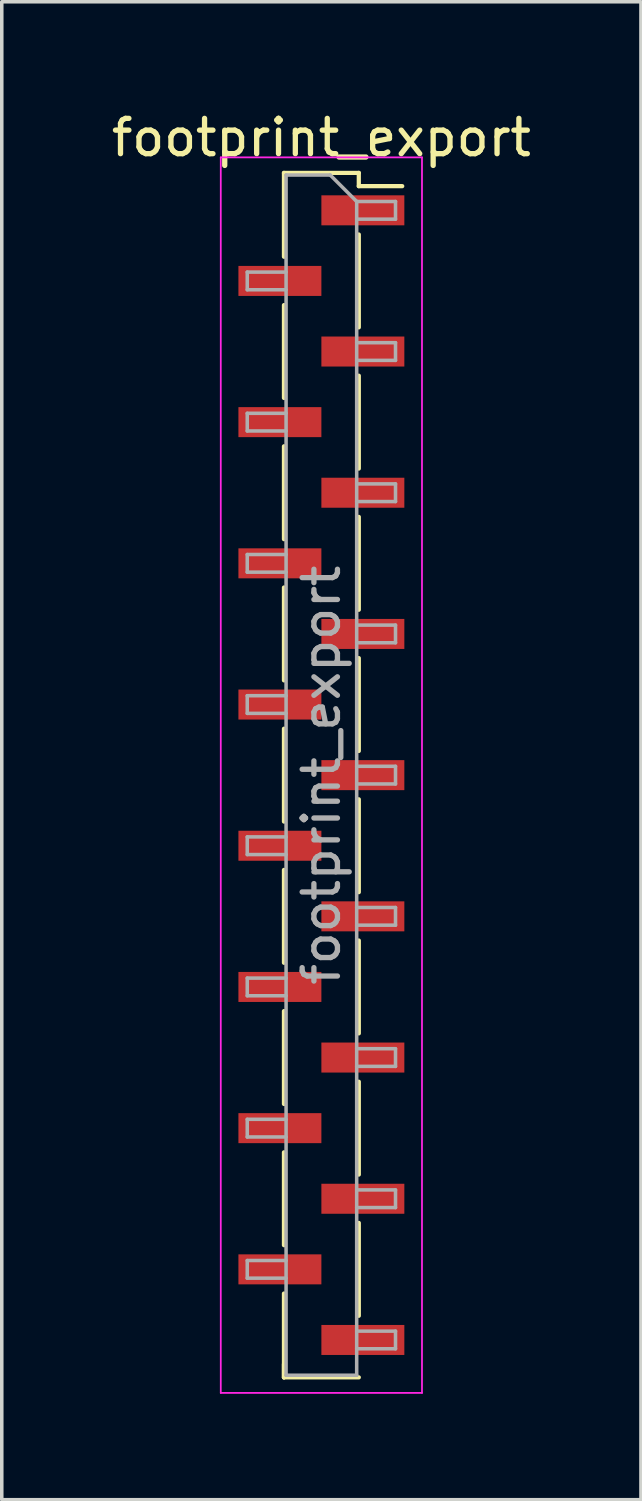
<source format=kicad_pcb>
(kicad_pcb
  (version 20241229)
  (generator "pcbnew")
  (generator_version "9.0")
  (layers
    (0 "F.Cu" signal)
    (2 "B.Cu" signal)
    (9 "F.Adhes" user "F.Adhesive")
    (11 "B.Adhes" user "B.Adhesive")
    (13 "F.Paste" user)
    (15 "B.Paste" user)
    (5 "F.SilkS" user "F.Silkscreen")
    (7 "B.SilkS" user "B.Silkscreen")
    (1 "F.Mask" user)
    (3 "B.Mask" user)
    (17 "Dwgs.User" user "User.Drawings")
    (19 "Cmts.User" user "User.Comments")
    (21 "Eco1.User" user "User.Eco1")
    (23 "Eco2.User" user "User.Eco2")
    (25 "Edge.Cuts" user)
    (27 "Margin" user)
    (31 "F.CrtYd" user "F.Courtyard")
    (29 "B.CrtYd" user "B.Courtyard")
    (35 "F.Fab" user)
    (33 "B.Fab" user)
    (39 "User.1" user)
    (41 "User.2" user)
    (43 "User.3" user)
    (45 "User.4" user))
  (footprint "footprint_export"
    (layer "F.Cu")
    (at 6.054 18.908)
    (property "Reference" "footprint_export" (at 0 -18.06 0) (layer "F.SilkS") (effects (font (size 1 1) (thickness 0.15))))
    (attr smd)
    (fp_line (start -1.06 -17.06) (end -1.06 -14.685) (stroke (width 0.12) (type solid)) (layer "F.SilkS"))
    (fp_line (start -1.06 -17.06) (end 1.06 -17.06) (stroke (width 0.12) (type solid)) (layer "F.SilkS"))
    (fp_line (start -1.06 -13.315) (end -1.06 -10.685) (stroke (width 0.12) (type solid)) (layer "F.SilkS"))
    (fp_line (start -1.06 -9.315) (end -1.06 -6.685) (stroke (width 0.12) (type solid)) (layer "F.SilkS"))
    (fp_line (start -1.06 -5.315) (end -1.06 -2.685) (stroke (width 0.12) (type solid)) (layer "F.SilkS"))
    (fp_line (start -1.06 -1.315) (end -1.06 1.315) (stroke (width 0.12) (type solid)) (layer "F.SilkS"))
    (fp_line (start -1.06 2.685) (end -1.06 5.315) (stroke (width 0.12) (type solid)) (layer "F.SilkS"))
    (fp_line (start -1.06 6.685) (end -1.06 9.315) (stroke (width 0.12) (type solid)) (layer "F.SilkS"))
    (fp_line (start -1.06 10.685) (end -1.06 13.315) (stroke (width 0.12) (type solid)) (layer "F.SilkS"))
    (fp_line (start -1.06 14.685) (end -1.06 17.06) (stroke (width 0.12) (type solid)) (layer "F.SilkS"))
    (fp_line (start -1.06 16.685) (end -1.06 17.06) (stroke (width 0.12) (type solid)) (layer "F.SilkS"))
    (fp_line (start -1.06 17.06) (end 1.06 17.06) (stroke (width 0.12) (type solid)) (layer "F.SilkS"))
    (fp_line (start 1.06 -17.06) (end 1.06 -16.685) (stroke (width 0.12) (type solid)) (layer "F.SilkS"))
    (fp_line (start 1.06 -16.685) (end 2.29 -16.685) (stroke (width 0.12) (type solid)) (layer "F.SilkS"))
    (fp_line (start 1.06 -15.315) (end 1.06 -12.685) (stroke (width 0.12) (type solid)) (layer "F.SilkS"))
    (fp_line (start 1.06 -11.315) (end 1.06 -8.685) (stroke (width 0.12) (type solid)) (layer "F.SilkS"))
    (fp_line (start 1.06 -7.315) (end 1.06 -4.685) (stroke (width 0.12) (type solid)) (layer "F.SilkS"))
    (fp_line (start 1.06 -3.315) (end 1.06 -0.685) (stroke (width 0.12) (type solid)) (layer "F.SilkS"))
    (fp_line (start 1.06 0.685) (end 1.06 3.315) (stroke (width 0.12) (type solid)) (layer "F.SilkS"))
    (fp_line (start 1.06 4.685) (end 1.06 7.315) (stroke (width 0.12) (type solid)) (layer "F.SilkS"))
    (fp_line (start 1.06 8.685) (end 1.06 11.315) (stroke (width 0.12) (type solid)) (layer "F.SilkS"))
    (fp_line (start 1.06 12.685) (end 1.06 15.315) (stroke (width 0.12) (type solid)) (layer "F.SilkS"))
    (fp_line (start -2.85 -17.5) (end -2.85 17.5) (stroke (width 0.05) (type solid)) (layer "F.CrtYd"))
    (fp_line (start -2.85 17.5) (end 2.85 17.5) (stroke (width 0.05) (type solid)) (layer "F.CrtYd"))
    (fp_line (start 2.85 -17.5) (end -2.85 -17.5) (stroke (width 0.05) (type solid)) (layer "F.CrtYd"))
    (fp_line (start 2.85 17.5) (end 2.85 -17.5) (stroke (width 0.05) (type solid)) (layer "F.CrtYd"))
    (fp_line (start -2.1 -14.25) (end -2.1 -13.75) (stroke (width 0.1) (type solid)) (layer "F.Fab"))
    (fp_line (start -2.1 -13.75) (end -1 -13.75) (stroke (width 0.1) (type solid)) (layer "F.Fab"))
    (fp_line (start -2.1 -10.25) (end -2.1 -9.75) (stroke (width 0.1) (type solid)) (layer "F.Fab"))
    (fp_line (start -2.1 -9.75) (end -1 -9.75) (stroke (width 0.1) (type solid)) (layer "F.Fab"))
    (fp_line (start -2.1 -6.25) (end -2.1 -5.75) (stroke (width 0.1) (type solid)) (layer "F.Fab"))
    (fp_line (start -2.1 -5.75) (end -1 -5.75) (stroke (width 0.1) (type solid)) (layer "F.Fab"))
    (fp_line (start -2.1 -2.25) (end -2.1 -1.75) (stroke (width 0.1) (type solid)) (layer "F.Fab"))
    (fp_line (start -2.1 -1.75) (end -1 -1.75) (stroke (width 0.1) (type solid)) (layer "F.Fab"))
    (fp_line (start -2.1 1.75) (end -2.1 2.25) (stroke (width 0.1) (type solid)) (layer "F.Fab"))
    (fp_line (start -2.1 2.25) (end -1 2.25) (stroke (width 0.1) (type solid)) (layer "F.Fab"))
    (fp_line (start -2.1 5.75) (end -2.1 6.25) (stroke (width 0.1) (type solid)) (layer "F.Fab"))
    (fp_line (start -2.1 6.25) (end -1 6.25) (stroke (width 0.1) (type solid)) (layer "F.Fab"))
    (fp_line (start -2.1 9.75) (end -2.1 10.25) (stroke (width 0.1) (type solid)) (layer "F.Fab"))
    (fp_line (start -2.1 10.25) (end -1 10.25) (stroke (width 0.1) (type solid)) (layer "F.Fab"))
    (fp_line (start -2.1 13.75) (end -2.1 14.25) (stroke (width 0.1) (type solid)) (layer "F.Fab"))
    (fp_line (start -2.1 14.25) (end -1 14.25) (stroke (width 0.1) (type solid)) (layer "F.Fab"))
    (fp_line (start -1 -17) (end -1 17) (stroke (width 0.1) (type solid)) (layer "F.Fab"))
    (fp_line (start -1 -17) (end 0.25 -17) (stroke (width 0.1) (type solid)) (layer "F.Fab"))
    (fp_line (start -1 -14.25) (end -2.1 -14.25) (stroke (width 0.1) (type solid)) (layer "F.Fab"))
    (fp_line (start -1 -10.25) (end -2.1 -10.25) (stroke (width 0.1) (type solid)) (layer "F.Fab"))
    (fp_line (start -1 -6.25) (end -2.1 -6.25) (stroke (width 0.1) (type solid)) (layer "F.Fab"))
    (fp_line (start -1 -2.25) (end -2.1 -2.25) (stroke (width 0.1) (type solid)) (layer "F.Fab"))
    (fp_line (start -1 1.75) (end -2.1 1.75) (stroke (width 0.1) (type solid)) (layer "F.Fab"))
    (fp_line (start -1 5.75) (end -2.1 5.75) (stroke (width 0.1) (type solid)) (layer "F.Fab"))
    (fp_line (start -1 9.75) (end -2.1 9.75) (stroke (width 0.1) (type solid)) (layer "F.Fab"))
    (fp_line (start -1 13.75) (end -2.1 13.75) (stroke (width 0.1) (type solid)) (layer "F.Fab"))
    (fp_line (start 1 -16.25) (end 0.25 -17) (stroke (width 0.1) (type solid)) (layer "F.Fab"))
    (fp_line (start 1 -16.25) (end 2.1 -16.25) (stroke (width 0.1) (type solid)) (layer "F.Fab"))
    (fp_line (start 1 -12.25) (end 2.1 -12.25) (stroke (width 0.1) (type solid)) (layer "F.Fab"))
    (fp_line (start 1 -8.25) (end 2.1 -8.25) (stroke (width 0.1) (type solid)) (layer "F.Fab"))
    (fp_line (start 1 -4.25) (end 2.1 -4.25) (stroke (width 0.1) (type solid)) (layer "F.Fab"))
    (fp_line (start 1 -0.25) (end 2.1 -0.25) (stroke (width 0.1) (type solid)) (layer "F.Fab"))
    (fp_line (start 1 3.75) (end 2.1 3.75) (stroke (width 0.1) (type solid)) (layer "F.Fab"))
    (fp_line (start 1 7.75) (end 2.1 7.75) (stroke (width 0.1) (type solid)) (layer "F.Fab"))
    (fp_line (start 1 11.75) (end 2.1 11.75) (stroke (width 0.1) (type solid)) (layer "F.Fab"))
    (fp_line (start 1 15.75) (end 2.1 15.75) (stroke (width 0.1) (type solid)) (layer "F.Fab"))
    (fp_line (start 1 17) (end -1 17) (stroke (width 0.1) (type solid)) (layer "F.Fab"))
    (fp_line (start 1 17) (end 1 -16.25) (stroke (width 0.1) (type solid)) (layer "F.Fab"))
    (fp_line (start 2.1 -16.25) (end 2.1 -15.75) (stroke (width 0.1) (type solid)) (layer "F.Fab"))
    (fp_line (start 2.1 -15.75) (end 1 -15.75) (stroke (width 0.1) (type solid)) (layer "F.Fab"))
    (fp_line (start 2.1 -12.25) (end 2.1 -11.75) (stroke (width 0.1) (type solid)) (layer "F.Fab"))
    (fp_line (start 2.1 -11.75) (end 1 -11.75) (stroke (width 0.1) (type solid)) (layer "F.Fab"))
    (fp_line (start 2.1 -8.25) (end 2.1 -7.75) (stroke (width 0.1) (type solid)) (layer "F.Fab"))
    (fp_line (start 2.1 -7.75) (end 1 -7.75) (stroke (width 0.1) (type solid)) (layer "F.Fab"))
    (fp_line (start 2.1 -4.25) (end 2.1 -3.75) (stroke (width 0.1) (type solid)) (layer "F.Fab"))
    (fp_line (start 2.1 -3.75) (end 1 -3.75) (stroke (width 0.1) (type solid)) (layer "F.Fab"))
    (fp_line (start 2.1 -0.25) (end 2.1 0.25) (stroke (width 0.1) (type solid)) (layer "F.Fab"))
    (fp_line (start 2.1 0.25) (end 1 0.25) (stroke (width 0.1) (type solid)) (layer "F.Fab"))
    (fp_line (start 2.1 3.75) (end 2.1 4.25) (stroke (width 0.1) (type solid)) (layer "F.Fab"))
    (fp_line (start 2.1 4.25) (end 1 4.25) (stroke (width 0.1) (type solid)) (layer "F.Fab"))
    (fp_line (start 2.1 7.75) (end 2.1 8.25) (stroke (width 0.1) (type solid)) (layer "F.Fab"))
    (fp_line (start 2.1 8.25) (end 1 8.25) (stroke (width 0.1) (type solid)) (layer "F.Fab"))
    (fp_line (start 2.1 11.75) (end 2.1 12.25) (stroke (width 0.1) (type solid)) (layer "F.Fab"))
    (fp_line (start 2.1 12.25) (end 1 12.25) (stroke (width 0.1) (type solid)) (layer "F.Fab"))
    (fp_line (start 2.1 15.75) (end 2.1 16.25) (stroke (width 0.1) (type solid)) (layer "F.Fab"))
    (fp_line (start 2.1 16.25) (end 1 16.25) (stroke (width 0.1) (type solid)) (layer "F.Fab"))
    (fp_text user "${REFERENCE}" (at 0 0 90) (layer "F.Fab") (effects (font (size 1 1) (thickness 0.15))))
    (pad "1" smd rect (at 1.175 -16) (size 2.35 0.85) (layers "F.Cu" "F.Mask" "F.Paste"))
    (pad "2" smd rect (at -1.175 -14) (size 2.35 0.85) (layers "F.Cu" "F.Mask" "F.Paste"))
    (pad "3" smd rect (at 1.175 -12) (size 2.35 0.85) (layers "F.Cu" "F.Mask" "F.Paste"))
    (pad "4" smd rect (at -1.175 -10) (size 2.35 0.85) (layers "F.Cu" "F.Mask" "F.Paste"))
    (pad "5" smd rect (at 1.175 -8) (size 2.35 0.85) (layers "F.Cu" "F.Mask" "F.Paste"))
    (pad "6" smd rect (at -1.175 -6) (size 2.35 0.85) (layers "F.Cu" "F.Mask" "F.Paste"))
    (pad "7" smd rect (at 1.175 -4) (size 2.35 0.85) (layers "F.Cu" "F.Mask" "F.Paste"))
    (pad "8" smd rect (at -1.175 -2) (size 2.35 0.85) (layers "F.Cu" "F.Mask" "F.Paste"))
    (pad "9" smd rect (at 1.175 0) (size 2.35 0.85) (layers "F.Cu" "F.Mask" "F.Paste"))
    (pad "10" smd rect (at -1.175 2) (size 2.35 0.85) (layers "F.Cu" "F.Mask" "F.Paste"))
    (pad "11" smd rect (at 1.175 4) (size 2.35 0.85) (layers "F.Cu" "F.Mask" "F.Paste"))
    (pad "12" smd rect (at -1.175 6) (size 2.35 0.85) (layers "F.Cu" "F.Mask" "F.Paste"))
    (pad "13" smd rect (at 1.175 8) (size 2.35 0.85) (layers "F.Cu" "F.Mask" "F.Paste"))
    (pad "14" smd rect (at -1.175 10) (size 2.35 0.85) (layers "F.Cu" "F.Mask" "F.Paste"))
    (pad "15" smd rect (at 1.175 12) (size 2.35 0.85) (layers "F.Cu" "F.Mask" "F.Paste"))
    (pad "16" smd rect (at -1.175 14) (size 2.35 0.85) (layers "F.Cu" "F.Mask" "F.Paste"))
    (pad "17" smd rect (at 1.175 16) (size 2.35 0.85) (layers "F.Cu" "F.Mask" "F.Paste")))
  (gr_rect
    (start -3 -3)
    (end 15.107 39.433)
    (stroke (width 0.1) (type default))
    (fill no)
    (layer "Edge.Cuts")))
</source>
